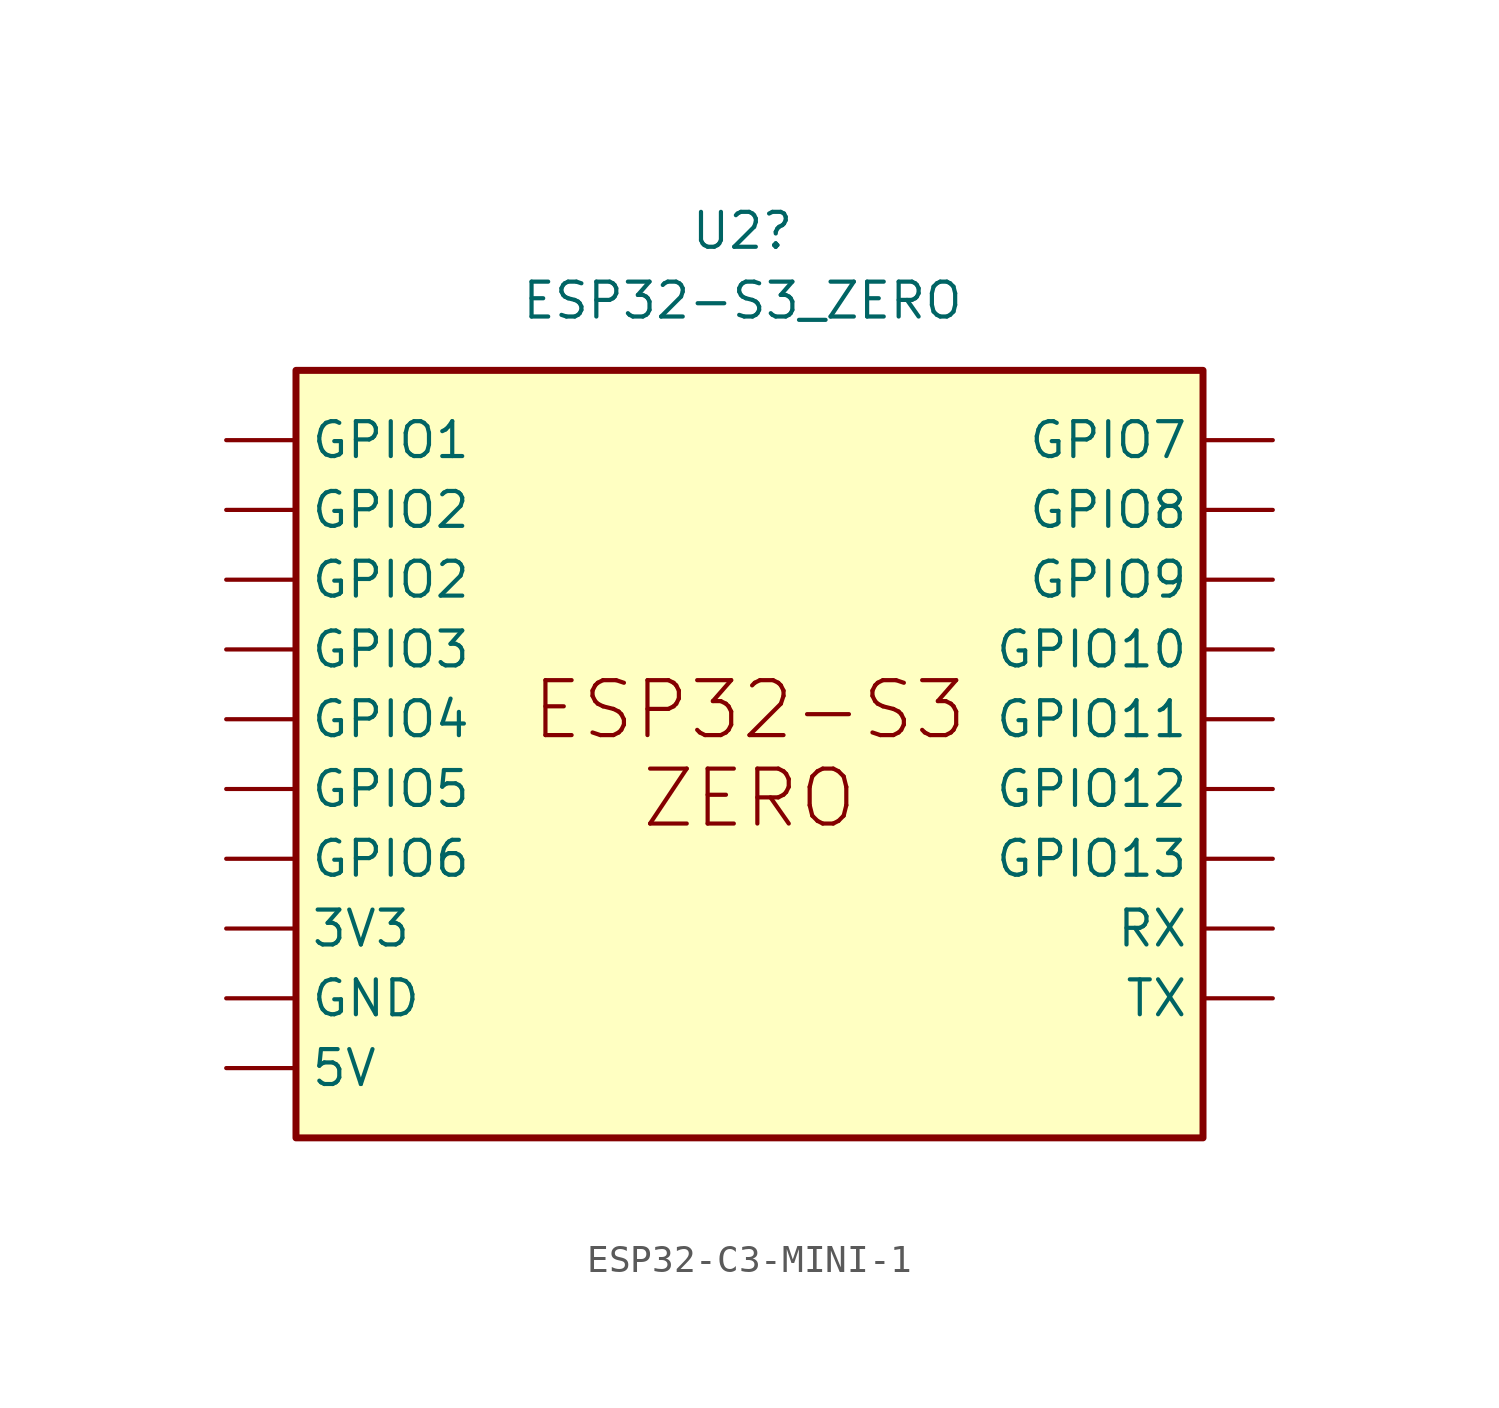
<source format=kicad_sym>
(kicad_symbol_lib
  (version 20241209)
  (generator "kicad_symbol_editor")
  (generator_version "9.0")
  (symbol "ESP32-C3-MINI-1"
    (property "Reference" "U2"
      (at -0.254 19.05 0)
      (effects (font (size 1.27 1.27))))
    (property "Value" "ESP32-S3_ZERO"
      (at -0.254 16.51 0)
      (effects (font (size 1.27 1.27))))
    (symbol "ESP32-C3-MINI-1_0_1"
      (rectangle (start -16.51 13.97) (end 16.51 -13.97) (stroke (width 0.254) (type default)) (fill (type background))))
    (symbol "ESP32-C3-MINI-1_1_1"
      (text "ESP32-S3\nZERO" (at 0 0 0) (effects (font (size 2 2))))
      (pin bidirectional line (at -19.05 11.43 0) (length 2.54) (name "GPIO1" (effects (font (size 1.27 1.27)))) (number "" (effects (font (size 1.27 1.27)))))
      (pin bidirectional line (at -19.05 8.89 0) (length 2.54) (name "GPIO2" (effects (font (size 1.27 1.27)))) (number "" (effects (font (size 1.27 1.27)))))
      (pin bidirectional line (at -19.05 6.35 0) (length 2.54) (name "GPIO2" (effects (font (size 1.27 1.27)))) (number "" (effects (font (size 1.27 1.27)))))
      (pin bidirectional line (at -19.05 3.81 0) (length 2.54) (name "GPIO3" (effects (font (size 1.27 1.27)))) (number "" (effects (font (size 1.27 1.27)))))
      (pin bidirectional line (at -19.05 1.27 0) (length 2.54) (name "GPIO4" (effects (font (size 1.27 1.27)))) (number "" (effects (font (size 1.27 1.27)))))
      (pin bidirectional line (at -19.05 -1.27 0) (length 2.54) (name "GPIO5" (effects (font (size 1.27 1.27)))) (number "" (effects (font (size 1.27 1.27)))))
      (pin bidirectional line (at -19.05 -3.81 0) (length 2.54) (name "GPIO6" (effects (font (size 1.27 1.27)))) (number "" (effects (font (size 1.27 1.27)))))
      (pin power_in line (at -19.05 -6.35 0) (length 2.54) (name "3V3" (effects (font (size 1.27 1.27)))) (number "" (effects (font (size 1.27 1.27)))))
      (pin power_in line (at -19.05 -8.89 0) (length 2.54) (name "GND" (effects (font (size 1.27 1.27)))) (number "" (effects (font (size 1.27 1.27)))))
      (pin power_in line (at -19.05 -11.43 0) (length 2.54) (name "5V" (effects (font (size 1.27 1.27)))) (number "" (effects (font (size 1.27 1.27)))))
      (pin bidirectional line (at 19.05 11.43 180) (length 2.54) (name "GPIO7" (effects (font (size 1.27 1.27)))) (number "" (effects (font (size 1.27 1.27)))))
      (pin bidirectional line (at 19.05 8.89 180) (length 2.54) (name "GPIO8" (effects (font (size 1.27 1.27)))) (number "" (effects (font (size 1.27 1.27)))))
      (pin bidirectional line (at 19.05 6.35 180) (length 2.54) (name "GPIO9" (effects (font (size 1.27 1.27)))) (number "" (effects (font (size 1.27 1.27)))))
      (pin bidirectional line (at 19.05 3.81 180) (length 2.54) (name "GPIO10" (effects (font (size 1.27 1.27)))) (number "" (effects (font (size 1.27 1.27)))))
      (pin bidirectional line (at 19.05 1.27 180) (length 2.54) (name "GPIO11" (effects (font (size 1.27 1.27)))) (number "" (effects (font (size 1.27 1.27)))))
      (pin bidirectional line (at 19.05 -1.27 180) (length 2.54) (name "GPIO12" (effects (font (size 1.27 1.27)))) (number "" (effects (font (size 1.27 1.27)))))
      (pin bidirectional line (at 19.05 -3.81 180) (length 2.54) (name "GPIO13" (effects (font (size 1.27 1.27)))) (number "" (effects (font (size 1.27 1.27)))))
      (pin bidirectional line (at 19.05 -6.35 180) (length 2.54) (name "RX" (effects (font (size 1.27 1.27)))) (number "" (effects (font (size 1.27 1.27)))))
      (pin bidirectional line (at 19.05 -8.89 180) (length 2.54) (name "TX" (effects (font (size 1.27 1.27)))) (number "" (effects (font (size 1.27 1.27))))))))
</source>
